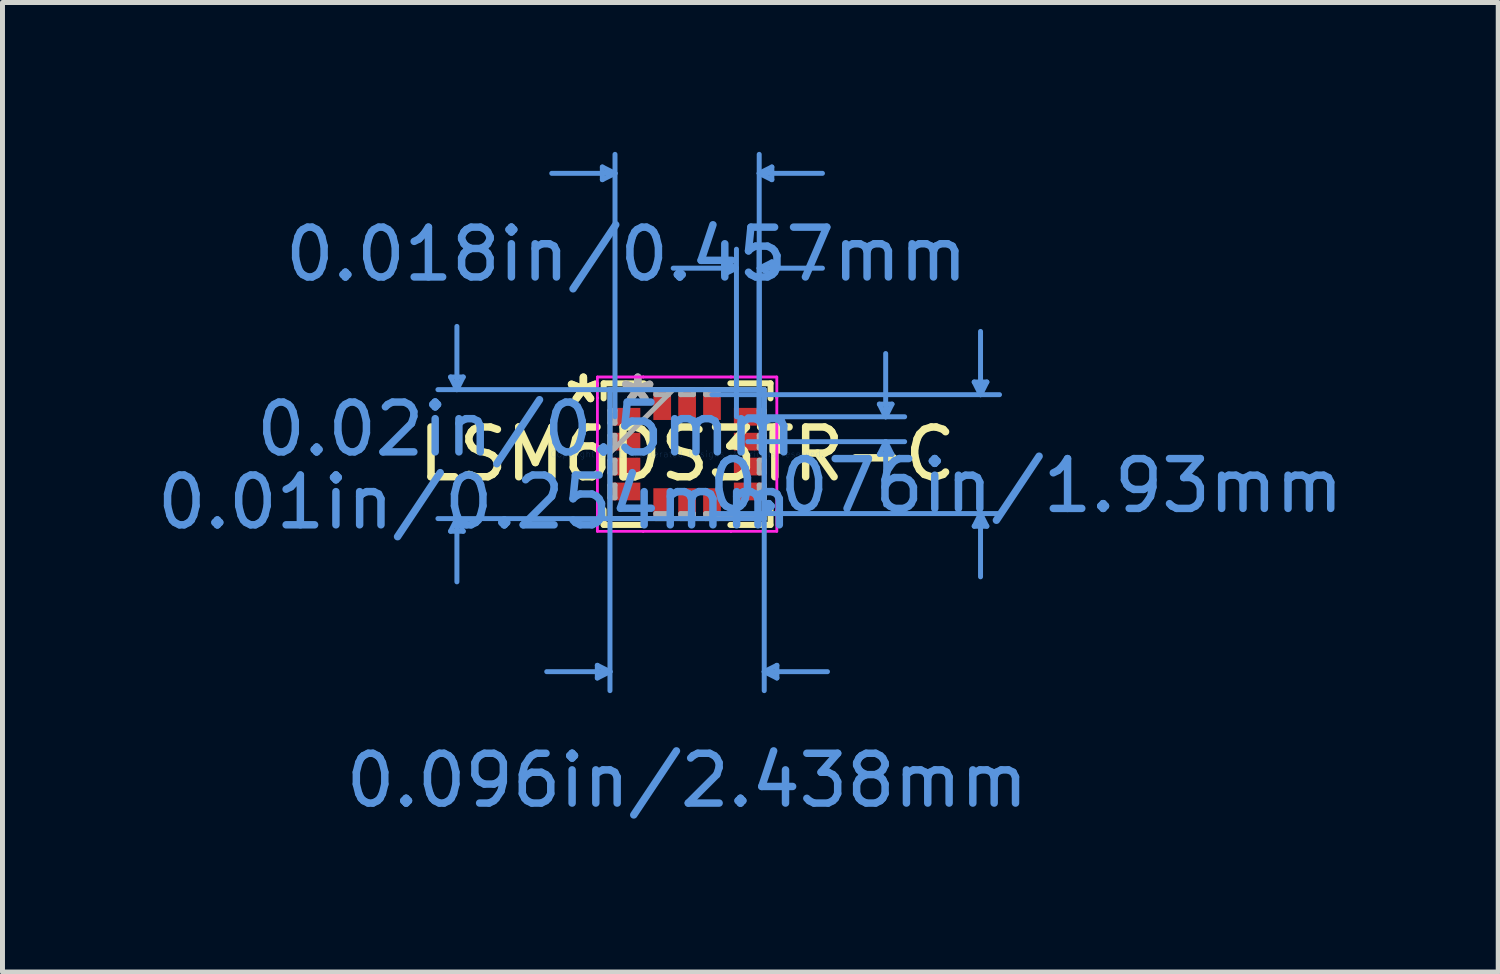
<source format=kicad_pcb>
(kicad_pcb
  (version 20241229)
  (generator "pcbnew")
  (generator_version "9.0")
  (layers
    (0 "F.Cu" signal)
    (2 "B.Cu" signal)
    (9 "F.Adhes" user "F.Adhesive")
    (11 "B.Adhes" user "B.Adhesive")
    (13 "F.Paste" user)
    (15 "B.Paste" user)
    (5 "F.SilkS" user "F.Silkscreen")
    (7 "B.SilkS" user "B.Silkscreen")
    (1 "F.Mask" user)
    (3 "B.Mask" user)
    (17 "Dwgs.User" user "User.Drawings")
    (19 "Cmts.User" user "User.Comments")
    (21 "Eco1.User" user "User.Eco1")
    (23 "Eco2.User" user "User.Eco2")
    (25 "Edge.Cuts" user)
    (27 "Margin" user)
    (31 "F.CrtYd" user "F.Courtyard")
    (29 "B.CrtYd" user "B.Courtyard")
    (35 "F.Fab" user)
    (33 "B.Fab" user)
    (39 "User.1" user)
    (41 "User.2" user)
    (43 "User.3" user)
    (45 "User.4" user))
  (footprint "LSM6DS3TR-C"
    (layer "F.Cu")
    (at 10.749 6.07)
    (property "Reference" "LSM6DS3TR-C" (at 0 0 0) (layer "F.SilkS") (effects (font (size 1 1) (thickness 0.15))))
    (attr through_hole)
    (fp_line (start -1.676 -1.422) (end -1.676 -1.119) (stroke (width 0.12) (type solid)) (layer "F.SilkS"))
    (fp_line (start -1.676 1.119) (end -1.676 1.422) (stroke (width 0.12) (type solid)) (layer "F.SilkS"))
    (fp_line (start -1.676 1.422) (end -0.869 1.422) (stroke (width 0.12) (type solid)) (layer "F.SilkS"))
    (fp_line (start -0.869 -1.422) (end -1.676 -1.422) (stroke (width 0.12) (type solid)) (layer "F.SilkS"))
    (fp_line (start 0.869 1.422) (end 1.676 1.422) (stroke (width 0.12) (type solid)) (layer "F.SilkS"))
    (fp_line (start 1.676 -1.422) (end 0.869 -1.422) (stroke (width 0.12) (type solid)) (layer "F.SilkS"))
    (fp_line (start 1.676 -1.119) (end 1.676 -1.422) (stroke (width 0.12) (type solid)) (layer "F.SilkS"))
    (fp_line (start 1.676 1.422) (end 1.676 1.119) (stroke (width 0.12) (type solid)) (layer "F.SilkS"))
    (fp_poly (pts (xy 1.956 -0.441) (xy 1.956 -0.06) (xy 1.702 -0.06) (xy 1.702 -0.441)) (stroke (width 0.1) (type solid)) (fill yes) (layer "F.SilkS"))
    (fp_line (start -4.75 -1.549) (end -4.496 -1.549) (stroke (width 0.1) (type solid)) (layer "Cmts.User"))
    (fp_line (start -4.75 1.549) (end -4.496 1.549) (stroke (width 0.1) (type solid)) (layer "Cmts.User"))
    (fp_line (start -4.623 -1.295) (end -4.75 -1.549) (stroke (width 0.1) (type solid)) (layer "Cmts.User"))
    (fp_line (start -4.623 -1.295) (end -4.623 -2.565) (stroke (width 0.1) (type solid)) (layer "Cmts.User"))
    (fp_line (start -4.623 -1.295) (end -4.496 -1.549) (stroke (width 0.1) (type solid)) (layer "Cmts.User"))
    (fp_line (start -4.623 1.295) (end -4.75 1.549) (stroke (width 0.1) (type solid)) (layer "Cmts.User"))
    (fp_line (start -4.623 1.295) (end -4.623 2.565) (stroke (width 0.1) (type solid)) (layer "Cmts.User"))
    (fp_line (start -4.623 1.295) (end -4.496 1.549) (stroke (width 0.1) (type solid)) (layer "Cmts.User"))
    (fp_line (start -1.803 4.242) (end -1.803 4.496) (stroke (width 0.1) (type solid)) (layer "Cmts.User"))
    (fp_line (start -1.702 -5.766) (end -1.702 -5.512) (stroke (width 0.1) (type solid)) (layer "Cmts.User"))
    (fp_line (start -1.549 -1.295) (end -1.549 4.75) (stroke (width 0.1) (type solid)) (layer "Cmts.User"))
    (fp_line (start -1.549 4.369) (end -2.819 4.369) (stroke (width 0.1) (type solid)) (layer "Cmts.User"))
    (fp_line (start -1.549 4.369) (end -1.803 4.242) (stroke (width 0.1) (type solid)) (layer "Cmts.User"))
    (fp_line (start -1.549 4.369) (end -1.803 4.496) (stroke (width 0.1) (type solid)) (layer "Cmts.User"))
    (fp_line (start -1.448 -5.639) (end -2.718 -5.639) (stroke (width 0.1) (type solid)) (layer "Cmts.User"))
    (fp_line (start -1.448 -5.639) (end -1.702 -5.766) (stroke (width 0.1) (type solid)) (layer "Cmts.User"))
    (fp_line (start -1.448 -5.639) (end -1.702 -5.512) (stroke (width 0.1) (type solid)) (layer "Cmts.User"))
    (fp_line (start -1.448 -0.75) (end -1.448 -6.02) (stroke (width 0.1) (type solid)) (layer "Cmts.User"))
    (fp_line (start 0.5 -1.194) (end 6.274 -1.194) (stroke (width 0.1) (type solid)) (layer "Cmts.User"))
    (fp_line (start 0.5 1.194) (end 6.274 1.194) (stroke (width 0.1) (type solid)) (layer "Cmts.User"))
    (fp_line (start 0.737 -3.861) (end 0.737 -3.607) (stroke (width 0.1) (type solid)) (layer "Cmts.User"))
    (fp_line (start 0.991 -3.734) (end -0.279 -3.734) (stroke (width 0.1) (type solid)) (layer "Cmts.User"))
    (fp_line (start 0.991 -3.734) (end 0.737 -3.861) (stroke (width 0.1) (type solid)) (layer "Cmts.User"))
    (fp_line (start 0.991 -3.734) (end 0.737 -3.607) (stroke (width 0.1) (type solid)) (layer "Cmts.User"))
    (fp_line (start 0.991 -0.75) (end 0.991 -4.115) (stroke (width 0.1) (type solid)) (layer "Cmts.User"))
    (fp_line (start 1.219 -0.75) (end 4.369 -0.75) (stroke (width 0.1) (type solid)) (layer "Cmts.User"))
    (fp_line (start 1.219 -0.25) (end 4.369 -0.25) (stroke (width 0.1) (type solid)) (layer "Cmts.User"))
    (fp_line (start 1.448 -5.639) (end 1.702 -5.766) (stroke (width 0.1) (type solid)) (layer "Cmts.User"))
    (fp_line (start 1.448 -5.639) (end 1.702 -5.512) (stroke (width 0.1) (type solid)) (layer "Cmts.User"))
    (fp_line (start 1.448 -5.639) (end 2.718 -5.639) (stroke (width 0.1) (type solid)) (layer "Cmts.User"))
    (fp_line (start 1.448 -3.734) (end 1.702 -3.861) (stroke (width 0.1) (type solid)) (layer "Cmts.User"))
    (fp_line (start 1.448 -3.734) (end 1.702 -3.607) (stroke (width 0.1) (type solid)) (layer "Cmts.User"))
    (fp_line (start 1.448 -3.734) (end 2.718 -3.734) (stroke (width 0.1) (type solid)) (layer "Cmts.User"))
    (fp_line (start 1.448 -0.75) (end 1.448 -6.02) (stroke (width 0.1) (type solid)) (layer "Cmts.User"))
    (fp_line (start 1.448 -0.75) (end 1.448 -4.115) (stroke (width 0.1) (type solid)) (layer "Cmts.User"))
    (fp_line (start 1.549 -1.295) (end -5.004 -1.295) (stroke (width 0.1) (type solid)) (layer "Cmts.User"))
    (fp_line (start 1.549 -1.295) (end 1.549 4.75) (stroke (width 0.1) (type solid)) (layer "Cmts.User"))
    (fp_line (start 1.549 1.295) (end -5.004 1.295) (stroke (width 0.1) (type solid)) (layer "Cmts.User"))
    (fp_line (start 1.549 4.369) (end 1.803 4.242) (stroke (width 0.1) (type solid)) (layer "Cmts.User"))
    (fp_line (start 1.549 4.369) (end 1.803 4.496) (stroke (width 0.1) (type solid)) (layer "Cmts.User"))
    (fp_line (start 1.549 4.369) (end 2.819 4.369) (stroke (width 0.1) (type solid)) (layer "Cmts.User"))
    (fp_line (start 1.702 -5.766) (end 1.702 -5.512) (stroke (width 0.1) (type solid)) (layer "Cmts.User"))
    (fp_line (start 1.702 -3.861) (end 1.702 -3.607) (stroke (width 0.1) (type solid)) (layer "Cmts.User"))
    (fp_line (start 1.803 4.242) (end 1.803 4.496) (stroke (width 0.1) (type solid)) (layer "Cmts.User"))
    (fp_line (start 3.861 -1.004) (end 4.115 -1.004) (stroke (width 0.1) (type solid)) (layer "Cmts.User"))
    (fp_line (start 3.861 0.004) (end 4.115 0.004) (stroke (width 0.1) (type solid)) (layer "Cmts.User"))
    (fp_line (start 3.988 -0.75) (end 3.861 -1.004) (stroke (width 0.1) (type solid)) (layer "Cmts.User"))
    (fp_line (start 3.988 -0.75) (end 3.988 -2.02) (stroke (width 0.1) (type solid)) (layer "Cmts.User"))
    (fp_line (start 3.988 -0.75) (end 4.115 -1.004) (stroke (width 0.1) (type solid)) (layer "Cmts.User"))
    (fp_line (start 3.988 -0.25) (end 3.861 0.004) (stroke (width 0.1) (type solid)) (layer "Cmts.User"))
    (fp_line (start 3.988 -0.25) (end 3.988 1.02) (stroke (width 0.1) (type solid)) (layer "Cmts.User"))
    (fp_line (start 3.988 -0.25) (end 4.115 0.004) (stroke (width 0.1) (type solid)) (layer "Cmts.User"))
    (fp_line (start 5.766 -1.448) (end 6.02 -1.448) (stroke (width 0.1) (type solid)) (layer "Cmts.User"))
    (fp_line (start 5.766 1.448) (end 6.02 1.448) (stroke (width 0.1) (type solid)) (layer "Cmts.User"))
    (fp_line (start 5.893 -1.194) (end 5.766 -1.448) (stroke (width 0.1) (type solid)) (layer "Cmts.User"))
    (fp_line (start 5.893 -1.194) (end 5.893 -2.464) (stroke (width 0.1) (type solid)) (layer "Cmts.User"))
    (fp_line (start 5.893 -1.194) (end 6.02 -1.448) (stroke (width 0.1) (type solid)) (layer "Cmts.User"))
    (fp_line (start 5.893 1.194) (end 5.766 1.448) (stroke (width 0.1) (type solid)) (layer "Cmts.User"))
    (fp_line (start 5.893 1.194) (end 5.893 2.464) (stroke (width 0.1) (type solid)) (layer "Cmts.User"))
    (fp_line (start 5.893 1.194) (end 6.02 1.448) (stroke (width 0.1) (type solid)) (layer "Cmts.User"))
    (fp_line (start -1.803 -1.549) (end -0.881 -1.549) (stroke (width 0.05) (type solid)) (layer "F.CrtYd"))
    (fp_line (start -1.803 -1.549) (end -0.881 -1.549) (stroke (width 0.05) (type solid)) (layer "F.CrtYd"))
    (fp_line (start -1.803 -1.131) (end -1.803 -1.549) (stroke (width 0.05) (type solid)) (layer "F.CrtYd"))
    (fp_line (start -1.803 -1.131) (end -1.803 -1.549) (stroke (width 0.05) (type solid)) (layer "F.CrtYd"))
    (fp_line (start -1.803 -1.131) (end -1.803 -1.131) (stroke (width 0.05) (type solid)) (layer "F.CrtYd"))
    (fp_line (start -1.803 -1.131) (end -1.803 -1.131) (stroke (width 0.05) (type solid)) (layer "F.CrtYd"))
    (fp_line (start -1.803 1.131) (end -1.803 -1.131) (stroke (width 0.05) (type solid)) (layer "F.CrtYd"))
    (fp_line (start -1.803 1.131) (end -1.803 -1.131) (stroke (width 0.05) (type solid)) (layer "F.CrtYd"))
    (fp_line (start -1.803 1.131) (end -1.803 1.131) (stroke (width 0.05) (type solid)) (layer "F.CrtYd"))
    (fp_line (start -1.803 1.131) (end -1.803 1.131) (stroke (width 0.05) (type solid)) (layer "F.CrtYd"))
    (fp_line (start -1.803 1.549) (end -1.803 1.131) (stroke (width 0.05) (type solid)) (layer "F.CrtYd"))
    (fp_line (start -1.803 1.549) (end -1.803 1.131) (stroke (width 0.05) (type solid)) (layer "F.CrtYd"))
    (fp_line (start -0.881 -1.549) (end -0.881 -1.549) (stroke (width 0.05) (type solid)) (layer "F.CrtYd"))
    (fp_line (start -0.881 -1.549) (end -0.881 -1.549) (stroke (width 0.05) (type solid)) (layer "F.CrtYd"))
    (fp_line (start -0.881 -1.549) (end 0.881 -1.549) (stroke (width 0.05) (type solid)) (layer "F.CrtYd"))
    (fp_line (start -0.881 -1.549) (end 0.881 -1.549) (stroke (width 0.05) (type solid)) (layer "F.CrtYd"))
    (fp_line (start -0.881 1.549) (end -1.803 1.549) (stroke (width 0.05) (type solid)) (layer "F.CrtYd"))
    (fp_line (start -0.881 1.549) (end -1.803 1.549) (stroke (width 0.05) (type solid)) (layer "F.CrtYd"))
    (fp_line (start -0.881 1.549) (end -0.881 1.549) (stroke (width 0.05) (type solid)) (layer "F.CrtYd"))
    (fp_line (start -0.881 1.549) (end -0.881 1.549) (stroke (width 0.05) (type solid)) (layer "F.CrtYd"))
    (fp_line (start 0.881 -1.549) (end 0.881 -1.549) (stroke (width 0.05) (type solid)) (layer "F.CrtYd"))
    (fp_line (start 0.881 -1.549) (end 0.881 -1.549) (stroke (width 0.05) (type solid)) (layer "F.CrtYd"))
    (fp_line (start 0.881 -1.549) (end 1.803 -1.549) (stroke (width 0.05) (type solid)) (layer "F.CrtYd"))
    (fp_line (start 0.881 -1.549) (end 1.803 -1.549) (stroke (width 0.05) (type solid)) (layer "F.CrtYd"))
    (fp_line (start 0.881 1.549) (end -0.881 1.549) (stroke (width 0.05) (type solid)) (layer "F.CrtYd"))
    (fp_line (start 0.881 1.549) (end -0.881 1.549) (stroke (width 0.05) (type solid)) (layer "F.CrtYd"))
    (fp_line (start 0.881 1.549) (end 0.881 1.549) (stroke (width 0.05) (type solid)) (layer "F.CrtYd"))
    (fp_line (start 0.881 1.549) (end 0.881 1.549) (stroke (width 0.05) (type solid)) (layer "F.CrtYd"))
    (fp_line (start 1.803 -1.549) (end 1.803 -1.131) (stroke (width 0.05) (type solid)) (layer "F.CrtYd"))
    (fp_line (start 1.803 -1.549) (end 1.803 -1.131) (stroke (width 0.05) (type solid)) (layer "F.CrtYd"))
    (fp_line (start 1.803 -1.131) (end 1.803 -1.131) (stroke (width 0.05) (type solid)) (layer "F.CrtYd"))
    (fp_line (start 1.803 -1.131) (end 1.803 -1.131) (stroke (width 0.05) (type solid)) (layer "F.CrtYd"))
    (fp_line (start 1.803 -1.131) (end 1.803 1.131) (stroke (width 0.05) (type solid)) (layer "F.CrtYd"))
    (fp_line (start 1.803 -1.131) (end 1.803 1.131) (stroke (width 0.05) (type solid)) (layer "F.CrtYd"))
    (fp_line (start 1.803 1.131) (end 1.803 1.131) (stroke (width 0.05) (type solid)) (layer "F.CrtYd"))
    (fp_line (start 1.803 1.131) (end 1.803 1.131) (stroke (width 0.05) (type solid)) (layer "F.CrtYd"))
    (fp_line (start 1.803 1.131) (end 1.803 1.549) (stroke (width 0.05) (type solid)) (layer "F.CrtYd"))
    (fp_line (start 1.803 1.131) (end 1.803 1.549) (stroke (width 0.05) (type solid)) (layer "F.CrtYd"))
    (fp_line (start 1.803 1.549) (end 0.881 1.549) (stroke (width 0.05) (type solid)) (layer "F.CrtYd"))
    (fp_line (start 1.803 1.549) (end 0.881 1.549) (stroke (width 0.05) (type solid)) (layer "F.CrtYd"))
    (fp_line (start -1.549 -1.295) (end -1.549 -1.295) (stroke (width 0.1) (type solid)) (layer "F.Fab"))
    (fp_line (start -1.549 -1.295) (end -1.549 1.295) (stroke (width 0.1) (type solid)) (layer "F.Fab"))
    (fp_line (start -1.549 -0.877) (end -1.448 -0.877) (stroke (width 0.1) (type solid)) (layer "F.Fab"))
    (fp_line (start -1.549 -0.623) (end -1.549 -0.877) (stroke (width 0.1) (type solid)) (layer "F.Fab"))
    (fp_line (start -1.549 -0.377) (end -1.448 -0.377) (stroke (width 0.1) (type solid)) (layer "F.Fab"))
    (fp_line (start -1.549 -0.123) (end -1.549 -0.377) (stroke (width 0.1) (type solid)) (layer "F.Fab"))
    (fp_line (start -1.549 -0.025) (end -0.279 -1.295) (stroke (width 0.1) (type solid)) (layer "F.Fab"))
    (fp_line (start -1.549 0.123) (end -1.448 0.123) (stroke (width 0.1) (type solid)) (layer "F.Fab"))
    (fp_line (start -1.549 0.377) (end -1.549 0.123) (stroke (width 0.1) (type solid)) (layer "F.Fab"))
    (fp_line (start -1.549 0.623) (end -1.448 0.623) (stroke (width 0.1) (type solid)) (layer "F.Fab"))
    (fp_line (start -1.549 0.877) (end -1.549 0.623) (stroke (width 0.1) (type solid)) (layer "F.Fab"))
    (fp_line (start -1.549 1.295) (end -1.549 1.295) (stroke (width 0.1) (type solid)) (layer "F.Fab"))
    (fp_line (start -1.549 1.295) (end 1.549 1.295) (stroke (width 0.1) (type solid)) (layer "F.Fab"))
    (fp_line (start -1.448 -0.877) (end -1.448 -0.623) (stroke (width 0.1) (type solid)) (layer "F.Fab"))
    (fp_line (start -1.448 -0.623) (end -1.549 -0.623) (stroke (width 0.1) (type solid)) (layer "F.Fab"))
    (fp_line (start -1.448 -0.377) (end -1.448 -0.123) (stroke (width 0.1) (type solid)) (layer "F.Fab"))
    (fp_line (start -1.448 -0.123) (end -1.549 -0.123) (stroke (width 0.1) (type solid)) (layer "F.Fab"))
    (fp_line (start -1.448 0.123) (end -1.448 0.377) (stroke (width 0.1) (type solid)) (layer "F.Fab"))
    (fp_line (start -1.448 0.377) (end -1.549 0.377) (stroke (width 0.1) (type solid)) (layer "F.Fab"))
    (fp_line (start -1.448 0.623) (end -1.448 0.877) (stroke (width 0.1) (type solid)) (layer "F.Fab"))
    (fp_line (start -1.448 0.877) (end -1.549 0.877) (stroke (width 0.1) (type solid)) (layer "F.Fab"))
    (fp_line (start -0.627 -1.295) (end -0.373 -1.295) (stroke (width 0.1) (type solid)) (layer "F.Fab"))
    (fp_line (start -0.627 -1.194) (end -0.627 -1.295) (stroke (width 0.1) (type solid)) (layer "F.Fab"))
    (fp_line (start -0.627 1.194) (end -0.373 1.194) (stroke (width 0.1) (type solid)) (layer "F.Fab"))
    (fp_line (start -0.627 1.295) (end -0.627 1.194) (stroke (width 0.1) (type solid)) (layer "F.Fab"))
    (fp_line (start -0.373 -1.295) (end -0.373 -1.194) (stroke (width 0.1) (type solid)) (layer "F.Fab"))
    (fp_line (start -0.373 -1.194) (end -0.627 -1.194) (stroke (width 0.1) (type solid)) (layer "F.Fab"))
    (fp_line (start -0.373 1.194) (end -0.373 1.295) (stroke (width 0.1) (type solid)) (layer "F.Fab"))
    (fp_line (start -0.373 1.295) (end -0.627 1.295) (stroke (width 0.1) (type solid)) (layer "F.Fab"))
    (fp_line (start -0.127 -1.295) (end 0.127 -1.295) (stroke (width 0.1) (type solid)) (layer "F.Fab"))
    (fp_line (start -0.127 -1.194) (end -0.127 -1.295) (stroke (width 0.1) (type solid)) (layer "F.Fab"))
    (fp_line (start -0.127 1.194) (end 0.127 1.194) (stroke (width 0.1) (type solid)) (layer "F.Fab"))
    (fp_line (start -0.127 1.295) (end -0.127 1.194) (stroke (width 0.1) (type solid)) (layer "F.Fab"))
    (fp_line (start 0.127 -1.295) (end 0.127 -1.194) (stroke (width 0.1) (type solid)) (layer "F.Fab"))
    (fp_line (start 0.127 -1.194) (end -0.127 -1.194) (stroke (width 0.1) (type solid)) (layer "F.Fab"))
    (fp_line (start 0.127 1.194) (end 0.127 1.295) (stroke (width 0.1) (type solid)) (layer "F.Fab"))
    (fp_line (start 0.127 1.295) (end -0.127 1.295) (stroke (width 0.1) (type solid)) (layer "F.Fab"))
    (fp_line (start 0.373 -1.295) (end 0.627 -1.295) (stroke (width 0.1) (type solid)) (layer "F.Fab"))
    (fp_line (start 0.373 -1.194) (end 0.373 -1.295) (stroke (width 0.1) (type solid)) (layer "F.Fab"))
    (fp_line (start 0.373 1.194) (end 0.627 1.194) (stroke (width 0.1) (type solid)) (layer "F.Fab"))
    (fp_line (start 0.373 1.295) (end 0.373 1.194) (stroke (width 0.1) (type solid)) (layer "F.Fab"))
    (fp_line (start 0.627 -1.295) (end 0.627 -1.194) (stroke (width 0.1) (type solid)) (layer "F.Fab"))
    (fp_line (start 0.627 -1.194) (end 0.373 -1.194) (stroke (width 0.1) (type solid)) (layer "F.Fab"))
    (fp_line (start 0.627 1.194) (end 0.627 1.295) (stroke (width 0.1) (type solid)) (layer "F.Fab"))
    (fp_line (start 0.627 1.295) (end 0.373 1.295) (stroke (width 0.1) (type solid)) (layer "F.Fab"))
    (fp_line (start 1.448 -0.877) (end 1.549 -0.877) (stroke (width 0.1) (type solid)) (layer "F.Fab"))
    (fp_line (start 1.448 -0.623) (end 1.448 -0.877) (stroke (width 0.1) (type solid)) (layer "F.Fab"))
    (fp_line (start 1.448 -0.377) (end 1.549 -0.377) (stroke (width 0.1) (type solid)) (layer "F.Fab"))
    (fp_line (start 1.448 -0.123) (end 1.448 -0.377) (stroke (width 0.1) (type solid)) (layer "F.Fab"))
    (fp_line (start 1.448 0.123) (end 1.549 0.123) (stroke (width 0.1) (type solid)) (layer "F.Fab"))
    (fp_line (start 1.448 0.377) (end 1.448 0.123) (stroke (width 0.1) (type solid)) (layer "F.Fab"))
    (fp_line (start 1.448 0.623) (end 1.549 0.623) (stroke (width 0.1) (type solid)) (layer "F.Fab"))
    (fp_line (start 1.448 0.877) (end 1.448 0.623) (stroke (width 0.1) (type solid)) (layer "F.Fab"))
    (fp_line (start 1.549 -1.295) (end -1.549 -1.295) (stroke (width 0.1) (type solid)) (layer "F.Fab"))
    (fp_line (start 1.549 -1.295) (end 1.549 -1.295) (stroke (width 0.1) (type solid)) (layer "F.Fab"))
    (fp_line (start 1.549 -0.877) (end 1.549 -0.623) (stroke (width 0.1) (type solid)) (layer "F.Fab"))
    (fp_line (start 1.549 -0.623) (end 1.448 -0.623) (stroke (width 0.1) (type solid)) (layer "F.Fab"))
    (fp_line (start 1.549 -0.377) (end 1.549 -0.123) (stroke (width 0.1) (type solid)) (layer "F.Fab"))
    (fp_line (start 1.549 -0.123) (end 1.448 -0.123) (stroke (width 0.1) (type solid)) (layer "F.Fab"))
    (fp_line (start 1.549 0.123) (end 1.549 0.377) (stroke (width 0.1) (type solid)) (layer "F.Fab"))
    (fp_line (start 1.549 0.377) (end 1.448 0.377) (stroke (width 0.1) (type solid)) (layer "F.Fab"))
    (fp_line (start 1.549 0.623) (end 1.549 0.877) (stroke (width 0.1) (type solid)) (layer "F.Fab"))
    (fp_line (start 1.549 0.877) (end 1.448 0.877) (stroke (width 0.1) (type solid)) (layer "F.Fab"))
    (fp_line (start 1.549 1.295) (end 1.549 -1.295) (stroke (width 0.1) (type solid)) (layer "F.Fab"))
    (fp_line (start 1.549 1.295) (end 1.549 1.295) (stroke (width 0.1) (type solid)) (layer "F.Fab"))
    (fp_text user "*" (at -2.083 -1 0) (layer "F.SilkS") (effects (font (size 1 1) (thickness 0.15))))
    (fp_text user "*" (at -2.083 -1 0) (layer "F.SilkS") (effects (font (size 1 1) (thickness 0.15))))
    (fp_text user "0.096in/2.438mm" (at 0 6.553 0) (layer "Cmts.User") (effects (font (size 1 1) (thickness 0.15))))
    (fp_text user "0.018in/0.457mm" (at -1.219 -4.013 0) (layer "Cmts.User") (effects (font (size 1 1) (thickness 0.15))))
    (fp_text user "0.076in/1.93mm" (at 6.807 0.635 0) (layer "Cmts.User") (effects (font (size 1 1) (thickness 0.15))))
    (fp_text user "0.02in/0.5mm" (at -3.226 -0.5 0) (layer "Cmts.User") (effects (font (size 1 1) (thickness 0.15))))
    (fp_text user "Copyright 2021 Accelerated Designs. All rights reserved." (at 0 0 0) (layer "Cmts.User") (effects (font (size 0.127 0.127) (thickness 0.002))))
    (fp_text user "0.01in/0.254mm" (at -4.267 0.965 0) (layer "Cmts.User") (effects (font (size 1 1) (thickness 0.15))))
    (fp_text user "*" (at -0.991 -1 0) (layer "F.Fab") (effects (font (size 1 1) (thickness 0.15))))
    (fp_text user "*" (at -0.991 -1 0) (layer "F.Fab") (effects (font (size 1 1) (thickness 0.15))))
    (pad "1" smd rect (at -1.219 -0.75 90) (size 0.356 0.559) (layers "F.Cu" "F.Mask" "F.Paste"))
    (pad "2" smd rect (at -1.219 -0.25 90) (size 0.356 0.559) (layers "F.Cu" "F.Mask" "F.Paste"))
    (pad "3" smd rect (at -1.219 0.25 90) (size 0.356 0.559) (layers "F.Cu" "F.Mask" "F.Paste"))
    (pad "4" smd rect (at -1.219 0.75 90) (size 0.356 0.559) (layers "F.Cu" "F.Mask" "F.Paste"))
    (pad "5" smd rect (at -0.5 0.965) (size 0.356 0.559) (layers "F.Cu" "F.Mask" "F.Paste"))
    (pad "6" smd rect (at 0 0.965) (size 0.356 0.559) (layers "F.Cu" "F.Mask" "F.Paste"))
    (pad "7" smd rect (at 0.5 0.965) (size 0.356 0.559) (layers "F.Cu" "F.Mask" "F.Paste"))
    (pad "8" smd rect (at 1.219 0.75 90) (size 0.356 0.559) (layers "F.Cu" "F.Mask" "F.Paste"))
    (pad "9" smd rect (at 1.219 0.25 90) (size 0.356 0.559) (layers "F.Cu" "F.Mask" "F.Paste"))
    (pad "10" smd rect (at 1.219 -0.25 90) (size 0.356 0.559) (layers "F.Cu" "F.Mask" "F.Paste"))
    (pad "11" smd rect (at 1.219 -0.75 90) (size 0.356 0.559) (layers "F.Cu" "F.Mask" "F.Paste"))
    (pad "12" smd rect (at 0.5 -0.965) (size 0.356 0.559) (layers "F.Cu" "F.Mask" "F.Paste"))
    (pad "13" smd rect (at 0 -0.965) (size 0.356 0.559) (layers "F.Cu" "F.Mask" "F.Paste"))
    (pad "14" smd rect (at -0.5 -0.965) (size 0.356 0.559) (layers "F.Cu" "F.Mask" "F.Paste")))
  (gr_rect
    (start -3 -3)
    (end 27.039 16.471)
    (stroke (width 0.1) (type default))
    (fill no)
    (layer "Edge.Cuts")))
</source>
